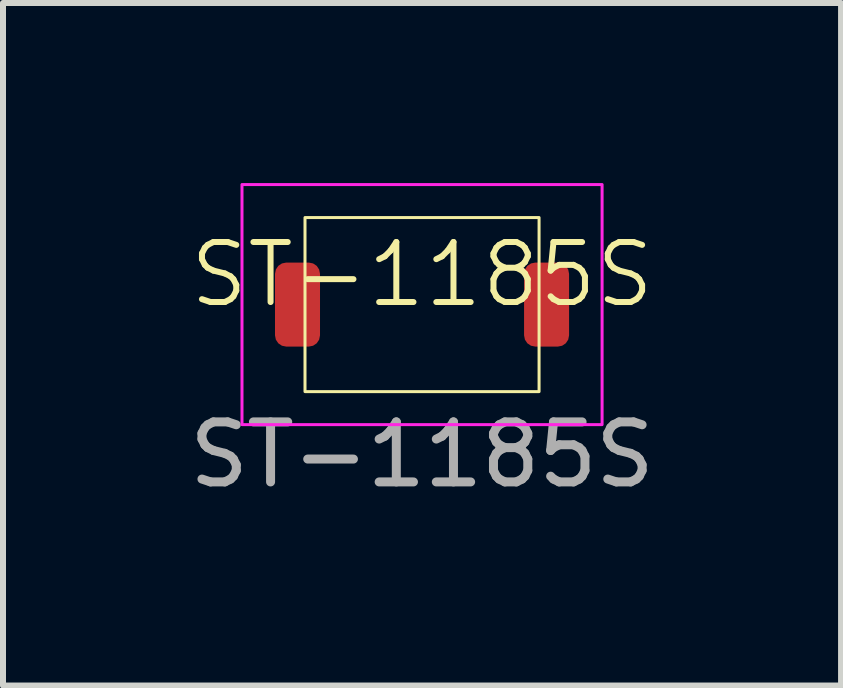
<source format=kicad_pcb>
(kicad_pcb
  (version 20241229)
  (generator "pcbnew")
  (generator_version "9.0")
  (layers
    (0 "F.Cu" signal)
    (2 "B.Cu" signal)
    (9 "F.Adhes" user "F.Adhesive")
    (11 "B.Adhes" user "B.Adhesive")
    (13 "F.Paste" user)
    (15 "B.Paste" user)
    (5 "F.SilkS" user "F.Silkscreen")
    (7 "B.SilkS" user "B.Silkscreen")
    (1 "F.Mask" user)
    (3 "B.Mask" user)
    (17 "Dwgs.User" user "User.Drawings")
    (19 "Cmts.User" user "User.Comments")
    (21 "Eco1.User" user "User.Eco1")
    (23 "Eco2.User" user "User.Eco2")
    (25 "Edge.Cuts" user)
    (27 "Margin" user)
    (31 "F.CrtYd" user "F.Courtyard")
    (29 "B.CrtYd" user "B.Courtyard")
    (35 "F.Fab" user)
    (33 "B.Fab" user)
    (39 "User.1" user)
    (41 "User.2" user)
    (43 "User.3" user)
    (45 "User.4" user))
  (footprint "ST-1185S"
    (layer "F.Cu")
    (at 3.982 2.025)
    (property "Reference" "ST-1185S" (at 0 -0.5 0) (unlocked yes) (layer "F.SilkS") (effects (font (size 1 1) (thickness 0.1))))
    (attr smd)
    (fp_rect (start -1.95 -1.45) (end 1.95 1.45) (stroke (width 0.05) (type default)) (fill no) (layer "F.SilkS"))
    (fp_rect (start -3 -2) (end 3 2) (stroke (width 0.05) (type default)) (fill no) (layer "F.CrtYd"))
    (fp_text user "${REFERENCE}" (at 0 2.5 0) (unlocked yes) (layer "F.Fab") (effects (font (size 1 1) (thickness 0.15))))
    (pad "1" smd roundrect (at -2.075 0) (size 0.75 1.4) (layers "F.Cu" "F.Mask" "F.Paste") (roundrect_rratio 0.25))
    (pad "2" smd roundrect (at 2.075 0) (size 0.75 1.4) (layers "F.Cu" "F.Mask" "F.Paste") (roundrect_rratio 0.25)))
  (gr_rect
    (start -3 -3)
    (end 10.964 8.373)
    (stroke (width 0.1) (type default))
    (fill no)
    (layer "Edge.Cuts")))
</source>
